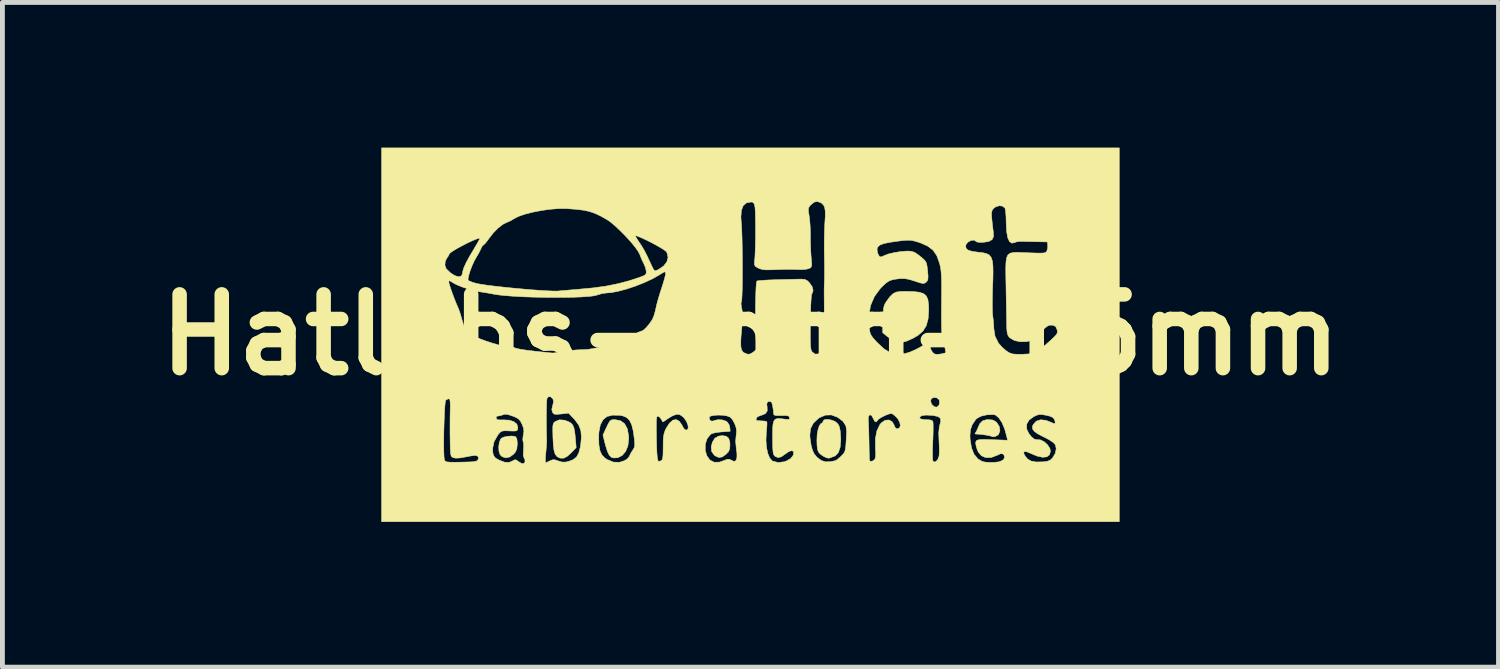
<source format=kicad_pcb>
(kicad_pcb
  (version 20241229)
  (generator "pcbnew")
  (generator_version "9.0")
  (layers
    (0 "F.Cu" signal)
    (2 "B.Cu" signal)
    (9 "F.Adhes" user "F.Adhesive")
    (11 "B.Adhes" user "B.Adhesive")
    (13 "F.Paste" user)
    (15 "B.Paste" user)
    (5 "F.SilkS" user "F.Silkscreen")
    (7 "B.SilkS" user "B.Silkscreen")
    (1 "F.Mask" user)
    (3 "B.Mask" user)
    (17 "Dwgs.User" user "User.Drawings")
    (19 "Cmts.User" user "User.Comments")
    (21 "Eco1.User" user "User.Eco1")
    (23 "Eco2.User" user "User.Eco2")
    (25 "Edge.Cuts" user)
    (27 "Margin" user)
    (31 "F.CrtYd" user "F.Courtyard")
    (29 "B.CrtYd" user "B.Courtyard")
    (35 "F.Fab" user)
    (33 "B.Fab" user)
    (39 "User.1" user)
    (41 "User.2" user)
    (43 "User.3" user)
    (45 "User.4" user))
  (footprint "Hatlabs-logo-15mm"
    (layer "F.Cu")
    (at 12.453 3.866)
    (property "Reference" "Hatlabs-logo-15mm" (at 0 0 0) (layer "F.SilkS") (effects (font (size 1.524 1.524) (thickness 0.3))))
    (attr through_hole)
    (fp_poly (pts (xy -0.499 2.096) (xy -0.449 2.139) (xy -0.426 2.218) (xy -0.423 2.279) (xy -0.429 2.36) (xy -0.455 2.417) (xy -0.504 2.468) (xy -0.583 2.524) (xy -0.652 2.535) (xy -0.724 2.504) (xy -0.746 2.487) (xy -0.801 2.414) (xy -0.811 2.317) (xy -0.786 2.22) (xy -0.735 2.136) (xy -0.657 2.093) (xy -0.581 2.084) (xy -0.499 2.096)) (stroke (width 0.01) (type solid)) (fill yes) (layer "F.SilkS"))
    (fp_poly (pts (xy -4.871 2.098) (xy -4.851 2.106) (xy -4.826 2.147) (xy -4.817 2.227) (xy -4.817 2.262) (xy -4.826 2.354) (xy -4.853 2.419) (xy -4.892 2.466) (xy -4.973 2.525) (xy -5.056 2.542) (xy -5.13 2.518) (xy -5.172 2.476) (xy -5.195 2.407) (xy -5.2 2.316) (xy -5.188 2.224) (xy -5.16 2.154) (xy -5.149 2.141) (xy -5.099 2.115) (xy -5.022 2.098) (xy -4.938 2.091) (xy -4.871 2.098)) (stroke (width 0.01) (type solid)) (fill yes) (layer "F.SilkS"))
    (fp_poly (pts (xy -2.687 1.774) (xy -2.601 1.836) (xy -2.544 1.94) (xy -2.517 2.084) (xy -2.515 2.152) (xy -2.531 2.294) (xy -2.578 2.41) (xy -2.65 2.494) (xy -2.741 2.54) (xy -2.826 2.545) (xy -2.876 2.528) (xy -2.917 2.487) (xy -2.953 2.414) (xy -2.989 2.301) (xy -3.006 2.236) (xy -3.047 2.071) (xy -2.973 1.912) (xy -2.932 1.828) (xy -2.901 1.78) (xy -2.869 1.759) (xy -2.825 1.753) (xy -2.801 1.753) (xy -2.687 1.774)) (stroke (width 0.01) (type solid)) (fill yes) (layer "F.SilkS"))
    (fp_poly (pts (xy 5.005 1.761) (xy 5.065 1.792) (xy 5.094 1.82) (xy 5.142 1.899) (xy 5.154 1.983) (xy 5.127 2.056) (xy 5.116 2.068) (xy 5.065 2.099) (xy 5.009 2.109) (xy 4.976 2.097) (xy 4.944 2.086) (xy 4.88 2.074) (xy 4.8 2.062) (xy 4.723 2.054) (xy 4.676 2.052) (xy 4.639 2.047) (xy 4.64 2.036) (xy 4.665 2.002) (xy 4.692 1.942) (xy 4.695 1.932) (xy 4.74 1.834) (xy 4.798 1.777) (xy 4.879 1.754) (xy 4.92 1.753) (xy 5.005 1.761)) (stroke (width 0.01) (type solid)) (fill yes) (layer "F.SilkS"))
    (fp_poly (pts (xy -3.846 1.764) (xy -3.773 1.789) (xy -3.713 1.82) (xy -3.672 1.863) (xy -3.645 1.927) (xy -3.628 2.022) (xy -3.617 2.128) (xy -3.6 2.331) (xy -3.699 2.434) (xy -3.785 2.512) (xy -3.857 2.549) (xy -3.925 2.549) (xy -3.954 2.54) (xy -4.001 2.511) (xy -4.035 2.463) (xy -4.058 2.387) (xy -4.072 2.277) (xy -4.08 2.124) (xy -4.08 2.117) (xy -4.083 1.992) (xy -4.083 1.908) (xy -4.077 1.855) (xy -4.065 1.823) (xy -4.045 1.801) (xy -4.033 1.792) (xy -3.947 1.757) (xy -3.846 1.764)) (stroke (width 0.01) (type solid)) (fill yes) (layer "F.SilkS"))
    (fp_poly (pts (xy 1.648 1.755) (xy 1.728 1.782) (xy 1.759 1.799) (xy 1.807 1.84) (xy 1.839 1.905) (xy 1.857 2.001) (xy 1.865 2.138) (xy 1.866 2.172) (xy 1.854 2.321) (xy 1.818 2.43) (xy 1.758 2.497) (xy 1.731 2.51) (xy 1.667 2.534) (xy 1.626 2.549) (xy 1.582 2.544) (xy 1.519 2.516) (xy 1.494 2.501) (xy 1.44 2.462) (xy 1.405 2.421) (xy 1.385 2.367) (xy 1.376 2.287) (xy 1.373 2.179) (xy 1.378 2.068) (xy 1.395 1.966) (xy 1.421 1.886) (xy 1.452 1.837) (xy 1.472 1.829) (xy 1.496 1.808) (xy 1.499 1.791) (xy 1.52 1.759) (xy 1.574 1.747) (xy 1.648 1.755)) (stroke (width 0.01) (type solid)) (fill yes) (layer "F.SilkS"))
    (fp_poly (pts (xy 3.364 -0.893) (xy 3.489 -0.879) (xy 3.577 -0.85) (xy 3.634 -0.801) (xy 3.666 -0.727) (xy 3.68 -0.622) (xy 3.683 -0.511) (xy 3.671 -0.332) (xy 3.634 -0.191) (xy 3.566 -0.079) (xy 3.462 0.012) (xy 3.356 0.074) (xy 3.227 0.131) (xy 3.127 0.159) (xy 3.045 0.158) (xy 2.981 0.137) (xy 2.91 0.095) (xy 2.833 0.04) (xy 2.817 0.027) (xy 2.731 -0.045) (xy 2.738 -0.321) (xy 2.742 -0.447) (xy 2.749 -0.534) (xy 2.761 -0.596) (xy 2.781 -0.644) (xy 2.809 -0.688) (xy 2.881 -0.786) (xy 2.944 -0.848) (xy 3.012 -0.882) (xy 3.1 -0.895) (xy 3.194 -0.897) (xy 3.364 -0.893)) (stroke (width 0.01) (type solid)) (fill yes) (layer "F.SilkS"))
    (fp_poly (pts (xy 7.62 3.861) (xy -7.62 3.861) (xy -7.62 2.308) (xy -6.336 2.308) (xy -6.334 2.429) (xy -6.33 2.522) (xy -6.323 2.576) (xy -6.322 2.581) (xy -6.311 2.604) (xy -6.293 2.619) (xy -6.257 2.628) (xy -6.196 2.632) (xy -6.101 2.633) (xy -5.979 2.631) (xy -5.842 2.628) (xy -5.747 2.624) (xy -5.685 2.616) (xy -5.649 2.603) (xy -5.63 2.585) (xy -5.629 2.584) (xy -5.616 2.537) (xy -5.633 2.51) (xy -5.66 2.496) (xy -5.707 2.494) (xy -5.786 2.505) (xy -5.868 2.521) (xy -5.998 2.544) (xy -6.088 2.549) (xy -6.134 2.54) (xy -6.16 2.528) (xy -6.178 2.511) (xy -6.19 2.479) (xy -6.197 2.423) (xy -6.2 2.351) (xy -5.327 2.351) (xy -5.322 2.437) (xy -5.303 2.502) (xy -5.267 2.546) (xy -5.196 2.587) (xy -5.196 2.587) (xy -5.08 2.632) (xy -4.987 2.637) (xy -4.91 2.604) (xy -4.867 2.581) (xy -4.831 2.59) (xy -4.797 2.616) (xy -4.727 2.659) (xy -4.679 2.658) (xy -4.657 2.629) (xy -4.658 2.606) (xy -4.237 2.606) (xy -4.233 2.64) (xy -4.231 2.642) (xy -4.198 2.631) (xy -4.144 2.605) (xy -4.142 2.604) (xy -4.089 2.583) (xy -4.04 2.583) (xy -3.971 2.606) (xy -3.97 2.607) (xy -3.889 2.63) (xy -3.816 2.629) (xy -3.761 2.617) (xy -3.662 2.58) (xy -3.594 2.527) (xy -3.548 2.446) (xy -3.516 2.328) (xy -3.508 2.282) (xy -3.492 2.12) (xy -3.135 2.12) (xy -3.13 2.276) (xy -3.109 2.393) (xy -3.07 2.48) (xy -3.008 2.545) (xy -2.964 2.575) (xy -2.833 2.63) (xy -2.705 2.634) (xy -2.602 2.601) (xy -2.54 2.56) (xy -2.502 2.512) (xy -2.499 2.506) (xy -2.472 2.447) (xy -2.431 2.383) (xy -2.403 2.337) (xy -2.391 2.286) (xy -2.393 2.212) (xy -2.398 2.154) (xy -2.422 1.983) (xy -2.437 1.923) (xy -1.944 1.923) (xy -1.942 2.073) (xy -1.942 2.12) (xy -1.938 2.296) (xy -1.933 2.428) (xy -1.926 2.52) (xy -1.917 2.578) (xy -1.906 2.608) (xy -1.893 2.616) (xy -1.864 2.608) (xy -1.844 2.601) (xy -1.825 2.585) (xy -1.813 2.55) (xy -1.806 2.485) (xy -1.804 2.388) (xy -0.934 2.388) (xy -0.9 2.501) (xy -0.836 2.589) (xy -0.748 2.633) (xy -0.64 2.631) (xy -0.546 2.598) (xy -0.478 2.572) (xy -0.431 2.573) (xy -0.405 2.585) (xy -0.355 2.61) (xy -0.33 2.616) (xy -0.296 2.594) (xy -0.279 2.533) (xy -0.279 2.447) (xy -0.29 2.375) (xy -0.306 2.201) (xy -0.297 2.097) (xy -0.287 2.002) (xy -0.293 1.931) (xy -0.316 1.86) (xy -0.333 1.823) (xy -0.367 1.76) (xy 0.118 1.76) (xy 0.142 1.774) (xy 0.204 1.778) (xy 0.217 1.778) (xy 0.287 1.782) (xy 0.332 1.792) (xy 0.339 1.797) (xy 0.342 1.83) (xy 0.339 1.9) (xy 0.331 1.993) (xy 0.328 2.021) (xy 0.321 2.176) (xy 0.331 2.321) (xy 0.357 2.447) (xy 0.397 2.545) (xy 0.449 2.604) (xy 0.457 2.609) (xy 0.572 2.639) (xy 0.7 2.623) (xy 0.744 2.607) (xy 0.834 2.555) (xy 0.883 2.489) (xy 0.893 2.452) (xy 0.886 2.407) (xy 0.849 2.394) (xy 0.79 2.414) (xy 0.722 2.462) (xy 0.636 2.522) (xy 0.565 2.537) (xy 0.504 2.507) (xy 0.497 2.5) (xy 0.48 2.474) (xy 0.469 2.429) (xy 0.462 2.358) (xy 0.458 2.252) (xy 0.457 2.12) (xy 0.458 2.072) (xy 1.227 2.072) (xy 1.231 2.13) (xy 1.252 2.274) (xy 1.279 2.379) (xy 1.316 2.458) (xy 1.367 2.522) (xy 1.377 2.532) (xy 1.462 2.596) (xy 1.552 2.625) (xy 1.661 2.621) (xy 1.754 2.601) (xy 1.795 2.577) (xy 1.852 2.529) (xy 1.879 2.502) (xy 1.911 2.469) (xy 1.935 2.439) (xy 1.951 2.404) (xy 1.963 2.356) (xy 1.971 2.286) (xy 1.978 2.184) (xy 1.985 2.043) (xy 1.988 1.994) (xy 1.972 1.881) (xy 1.91 1.786) (xy 1.865 1.752) (xy 2.434 1.752) (xy 2.434 1.753) (xy 2.438 1.81) (xy 2.442 1.906) (xy 2.446 2.029) (xy 2.449 2.167) (xy 2.45 2.21) (xy 2.452 2.342) (xy 2.455 2.456) (xy 2.457 2.542) (xy 2.459 2.59) (xy 2.46 2.597) (xy 2.483 2.616) (xy 2.526 2.607) (xy 2.566 2.578) (xy 2.583 2.536) (xy 2.588 2.463) (xy 2.582 2.348) (xy 2.582 2.341) (xy 2.581 2.149) (xy 2.612 1.986) (xy 2.673 1.858) (xy 2.704 1.82) (xy 2.779 1.767) (xy 2.856 1.759) (xy 2.923 1.791) (xy 2.968 1.862) (xy 2.976 1.892) (xy 3.005 1.935) (xy 3.036 1.943) (xy 3.08 1.924) (xy 3.097 1.876) (xy 3.085 1.81) (xy 3.047 1.738) (xy 3.022 1.708) (xy 3.021 1.707) (xy 3.493 1.707) (xy 3.502 1.732) (xy 3.555 1.748) (xy 3.631 1.753) (xy 3.716 1.759) (xy 3.76 1.778) (xy 3.769 1.793) (xy 3.774 1.832) (xy 3.775 1.911) (xy 3.774 2.02) (xy 3.77 2.149) (xy 3.768 2.196) (xy 3.763 2.33) (xy 3.761 2.448) (xy 3.762 2.539) (xy 3.766 2.593) (xy 3.768 2.602) (xy 3.795 2.629) (xy 3.833 2.618) (xy 3.87 2.577) (xy 3.895 2.513) (xy 3.896 2.511) (xy 3.901 2.449) (xy 3.902 2.353) (xy 3.898 2.241) (xy 3.896 2.197) (xy 3.892 2.087) (xy 4.535 2.087) (xy 4.539 2.162) (xy 4.567 2.337) (xy 4.621 2.471) (xy 4.702 2.566) (xy 4.788 2.617) (xy 4.851 2.631) (xy 4.943 2.637) (xy 5.043 2.635) (xy 5.13 2.625) (xy 5.154 2.619) (xy 5.22 2.586) (xy 5.251 2.538) (xy 5.24 2.488) (xy 5.231 2.477) (xy 5.202 2.455) (xy 5.166 2.457) (xy 5.108 2.484) (xy 5.098 2.489) (xy 4.974 2.536) (xy 4.862 2.538) (xy 4.77 2.498) (xy 4.724 2.442) (xy 5.645 2.442) (xy 5.661 2.483) (xy 5.718 2.56) (xy 5.796 2.608) (xy 5.903 2.628) (xy 6.045 2.625) (xy 6.137 2.612) (xy 6.197 2.587) (xy 6.241 2.545) (xy 6.299 2.447) (xy 6.317 2.348) (xy 6.297 2.269) (xy 6.253 2.223) (xy 6.168 2.167) (xy 6.055 2.108) (xy 5.936 2.047) (xy 5.862 1.993) (xy 5.827 1.943) (xy 5.827 1.89) (xy 5.841 1.856) (xy 5.904 1.786) (xy 5.994 1.756) (xy 6.103 1.767) (xy 6.199 1.804) (xy 6.265 1.833) (xy 6.295 1.828) (xy 6.292 1.786) (xy 6.276 1.742) (xy 6.244 1.706) (xy 6.173 1.678) (xy 6.11 1.663) (xy 6.022 1.648) (xy 5.961 1.648) (xy 5.906 1.665) (xy 5.858 1.688) (xy 5.758 1.76) (xy 5.708 1.843) (xy 5.706 1.938) (xy 5.714 1.963) (xy 5.754 2.044) (xy 5.809 2.113) (xy 5.868 2.157) (xy 5.917 2.167) (xy 5.99 2.171) (xy 6.069 2.21) (xy 6.138 2.273) (xy 6.186 2.348) (xy 6.198 2.404) (xy 6.178 2.479) (xy 6.124 2.521) (xy 6.038 2.531) (xy 5.925 2.507) (xy 5.79 2.451) (xy 5.706 2.416) (xy 5.657 2.413) (xy 5.645 2.442) (xy 4.724 2.442) (xy 4.703 2.417) (xy 4.679 2.354) (xy 4.658 2.276) (xy 4.653 2.222) (xy 4.668 2.187) (xy 4.712 2.169) (xy 4.789 2.162) (xy 4.908 2.164) (xy 4.993 2.167) (xy 5.312 2.179) (xy 5.294 2.099) (xy 5.251 1.943) (xy 5.196 1.813) (xy 5.132 1.717) (xy 5.065 1.66) (xy 5.022 1.648) (xy 4.882 1.654) (xy 4.763 1.682) (xy 4.675 1.73) (xy 4.654 1.751) (xy 4.583 1.855) (xy 4.545 1.961) (xy 4.535 2.087) (xy 3.892 2.087) (xy 3.89 2.029) (xy 3.901 1.909) (xy 3.91 1.872) (xy 3.932 1.784) (xy 3.923 1.726) (xy 3.878 1.691) (xy 3.79 1.67) (xy 3.747 1.665) (xy 3.629 1.659) (xy 3.548 1.669) (xy 3.532 1.676) (xy 3.493 1.707) (xy 3.021 1.707) (xy 2.967 1.658) (xy 2.922 1.629) (xy 2.91 1.626) (xy 2.858 1.637) (xy 2.786 1.665) (xy 2.712 1.702) (xy 2.652 1.739) (xy 2.625 1.767) (xy 2.598 1.801) (xy 2.567 1.787) (xy 2.537 1.728) (xy 2.536 1.726) (xy 2.502 1.666) (xy 2.466 1.653) (xy 2.44 1.682) (xy 2.434 1.752) (xy 1.865 1.752) (xy 1.8 1.704) (xy 1.672 1.656) (xy 1.547 1.66) (xy 1.425 1.713) (xy 1.405 1.727) (xy 1.3 1.826) (xy 1.242 1.938) (xy 1.227 2.072) (xy 0.458 2.072) (xy 0.458 1.967) (xy 0.465 1.859) (xy 0.481 1.788) (xy 0.51 1.747) (xy 0.557 1.731) (xy 0.625 1.733) (xy 0.69 1.741) (xy 0.765 1.749) (xy 0.801 1.746) (xy 0.81 1.728) (xy 0.808 1.711) (xy 0.796 1.685) (xy 0.765 1.672) (xy 0.704 1.668) (xy 0.64 1.67) (xy 0.544 1.67) (xy 0.493 1.659) (xy 0.481 1.644) (xy 0.471 1.545) (xy 0.457 1.459) (xy 0.44 1.401) (xy 0.432 1.387) (xy 0.392 1.376) (xy 0.369 1.381) (xy 0.342 1.404) (xy 0.339 1.454) (xy 0.345 1.486) (xy 0.347 1.573) (xy 0.31 1.629) (xy 0.232 1.662) (xy 0.216 1.665) (xy 0.146 1.693) (xy 0.119 1.73) (xy 0.118 1.76) (xy -0.367 1.76) (xy -0.375 1.746) (xy -0.419 1.702) (xy -0.48 1.678) (xy -0.481 1.677) (xy -0.565 1.663) (xy -0.658 1.659) (xy -0.745 1.664) (xy -0.814 1.677) (xy -0.85 1.697) (xy -0.852 1.704) (xy -0.839 1.762) (xy -0.799 1.786) (xy -0.761 1.777) (xy -0.679 1.755) (xy -0.585 1.758) (xy -0.503 1.785) (xy -0.485 1.797) (xy -0.442 1.855) (xy -0.425 1.918) (xy -0.419 1.994) (xy -0.599 2.007) (xy -0.699 2.018) (xy -0.779 2.036) (xy -0.823 2.056) (xy -0.895 2.146) (xy -0.933 2.262) (xy -0.934 2.388) (xy -1.804 2.388) (xy -1.804 2.383) (xy -1.803 2.321) (xy -1.802 2.194) (xy -1.796 2.104) (xy -1.783 2.036) (xy -1.761 1.974) (xy -1.74 1.93) (xy -1.672 1.825) (xy -1.602 1.764) (xy -1.534 1.751) (xy -1.47 1.786) (xy -1.423 1.852) (xy -1.381 1.929) (xy -1.348 1.964) (xy -1.317 1.967) (xy -1.301 1.959) (xy -1.284 1.922) (xy -1.293 1.86) (xy -1.323 1.788) (xy -1.369 1.721) (xy -1.398 1.692) (xy -1.457 1.651) (xy -1.508 1.642) (xy -1.552 1.652) (xy -1.624 1.682) (xy -1.703 1.73) (xy -1.719 1.741) (xy -1.773 1.78) (xy -1.807 1.799) (xy -1.811 1.8) (xy -1.854 1.727) (xy -1.888 1.691) (xy -1.911 1.681) (xy -1.925 1.684) (xy -1.935 1.703) (xy -1.941 1.745) (xy -1.944 1.816) (xy -1.944 1.923) (xy -2.437 1.923) (xy -2.454 1.856) (xy -2.498 1.767) (xy -2.558 1.708) (xy -2.638 1.675) (xy -2.699 1.664) (xy -2.848 1.66) (xy -2.963 1.689) (xy -3.046 1.756) (xy -3.101 1.861) (xy -3.13 2.008) (xy -3.135 2.12) (xy -3.492 2.12) (xy -3.492 2.115) (xy -3.504 1.978) (xy -3.549 1.862) (xy -3.63 1.752) (xy -3.648 1.733) (xy -3.757 1.619) (xy -3.909 1.636) (xy -3.995 1.644) (xy -4.045 1.641) (xy -4.073 1.625) (xy -4.089 1.6) (xy -4.104 1.544) (xy -4.089 1.471) (xy -4.085 1.459) (xy -4.067 1.382) (xy -4.071 1.361) (xy 3.721 1.361) (xy 3.739 1.426) (xy 3.748 1.44) (xy 3.799 1.488) (xy 3.852 1.494) (xy 3.893 1.459) (xy 3.907 1.412) (xy 3.899 1.342) (xy 3.852 1.304) (xy 3.794 1.296) (xy 3.741 1.314) (xy 3.721 1.361) (xy -4.071 1.361) (xy -4.079 1.329) (xy -4.08 1.326) (xy -4.125 1.283) (xy -4.171 1.279) (xy -4.202 1.313) (xy -4.207 1.351) (xy -4.211 1.43) (xy -4.214 1.54) (xy -4.215 1.673) (xy -4.216 1.818) (xy -4.214 1.965) (xy -4.212 2.106) (xy -4.209 2.197) (xy -4.211 2.246) (xy -4.217 2.329) (xy -4.226 2.429) (xy -4.228 2.445) (xy -4.235 2.537) (xy -4.237 2.606) (xy -4.658 2.606) (xy -4.659 2.578) (xy -4.674 2.553) (xy -4.693 2.494) (xy -4.69 2.391) (xy -4.689 2.381) (xy -4.684 2.299) (xy -4.688 2.236) (xy -4.695 2.215) (xy -4.703 2.17) (xy -4.697 2.098) (xy -4.692 2.073) (xy -4.68 1.993) (xy -4.69 1.923) (xy -4.718 1.849) (xy -4.754 1.78) (xy -4.794 1.736) (xy -4.857 1.701) (xy -4.914 1.679) (xy -5.009 1.648) (xy -5.072 1.641) (xy -5.105 1.651) (xy -5.172 1.673) (xy -5.207 1.676) (xy -5.249 1.689) (xy -5.253 1.721) (xy -5.239 1.747) (xy -5.204 1.758) (xy -5.134 1.759) (xy -5.105 1.758) (xy -4.983 1.764) (xy -4.887 1.795) (xy -4.825 1.847) (xy -4.805 1.915) (xy -4.805 1.925) (xy -4.812 1.962) (xy -4.828 1.982) (xy -4.867 1.989) (xy -4.94 1.988) (xy -4.981 1.986) (xy -5.071 1.983) (xy -5.127 1.989) (xy -5.165 2.008) (xy -5.201 2.048) (xy -5.218 2.07) (xy -5.296 2.208) (xy -5.327 2.351) (xy -6.2 2.351) (xy -6.201 2.336) (xy -6.204 2.207) (xy -6.204 2.191) (xy -6.206 2.033) (xy -6.206 1.86) (xy -6.205 1.696) (xy -6.203 1.594) (xy -6.201 1.47) (xy -6.203 1.389) (xy -6.21 1.342) (xy -6.222 1.323) (xy -6.232 1.321) (xy -6.278 1.339) (xy -6.296 1.355) (xy -6.304 1.389) (xy -6.312 1.466) (xy -6.319 1.575) (xy -6.325 1.709) (xy -6.33 1.858) (xy -6.334 2.014) (xy -6.336 2.166) (xy -6.336 2.308) (xy -7.62 2.308) (xy -7.62 -1.1) (xy -6.232 -1.1) (xy -6.224 -1.053) (xy -6.198 -0.97) (xy -6.155 -0.846) (xy -6.147 -0.826) (xy -6.109 -0.724) (xy -6.069 -0.625) (xy -6.045 -0.572) (xy -6.009 -0.481) (xy -5.977 -0.377) (xy -5.97 -0.347) (xy -5.924 -0.197) (xy -5.866 -0.095) (xy -5.81 -0.048) (xy -5.744 -0.007) (xy -5.702 0.026) (xy -5.652 0.055) (xy -5.564 0.093) (xy -5.453 0.133) (xy -5.33 0.173) (xy -5.209 0.208) (xy -5.102 0.235) (xy -5.022 0.248) (xy -4.999 0.249) (xy -4.928 0.253) (xy -4.877 0.267) (xy -4.874 0.268) (xy -4.824 0.285) (xy -4.726 0.304) (xy -4.584 0.324) (xy -4.402 0.345) (xy -4.318 0.354) (xy -4.222 0.363) (xy -4.143 0.372) (xy -4.098 0.376) (xy -4.096 0.377) (xy -4.058 0.375) (xy -3.983 0.365) (xy -3.885 0.35) (xy -3.842 0.343) (xy -3.72 0.325) (xy -3.597 0.313) (xy -3.497 0.309) (xy -3.48 0.309) (xy -3.359 0.302) (xy -3.205 0.276) (xy -3.033 0.234) (xy -2.855 0.182) (xy -2.785 0.157) (xy -0.2 0.157) (xy -0.197 0.249) (xy -0.183 0.312) (xy -0.157 0.352) (xy -0.127 0.374) (xy -0.06 0.401) (xy -0.01 0.398) (xy 0.051 0.364) (xy 0.051 0.363) (xy 0.111 0.317) (xy 0.135 0.273) (xy 0.132 0.21) (xy 0.126 0.182) (xy 0.118 0.118) (xy 0.112 0.018) (xy 0.107 -0.109) (xy 0.105 -0.255) (xy 0.104 -0.412) (xy 0.104 -0.571) (xy 0.107 -0.723) (xy 0.111 -0.862) (xy 0.116 -0.977) (xy 0.123 -1.061) (xy 0.131 -1.105) (xy 0.134 -1.11) (xy 0.169 -1.117) (xy 0.245 -1.124) (xy 0.353 -1.131) (xy 0.484 -1.136) (xy 0.559 -1.138) (xy 0.704 -1.142) (xy 0.838 -1.145) (xy 0.951 -1.148) (xy 1.03 -1.15) (xy 1.051 -1.15) (xy 1.125 -1.144) (xy 1.182 -1.112) (xy 1.222 -1.071) (xy 1.277 -0.99) (xy 1.295 -0.913) (xy 1.274 -0.853) (xy 1.27 -0.848) (xy 1.261 -0.815) (xy 1.254 -0.737) (xy 1.247 -0.619) (xy 1.242 -0.467) (xy 1.239 -0.288) (xy 1.238 -0.259) (xy 1.237 -0.074) (xy 1.237 0.068) (xy 1.239 0.172) (xy 1.243 0.246) (xy 1.25 0.296) (xy 1.26 0.329) (xy 1.274 0.352) (xy 1.276 0.355) (xy 1.339 0.4) (xy 1.406 0.394) (xy 1.472 0.345) (xy 1.486 0.33) (xy 1.497 0.315) (xy 1.507 0.297) (xy 1.514 0.269) (xy 1.52 0.228) (xy 1.524 0.17) (xy 1.526 0.088) (xy 1.527 -0.021) (xy 1.527 -0.162) (xy 1.526 -0.339) (xy 1.526 -0.394) (xy 2.446 -0.394) (xy 2.45 -0.191) (xy 2.46 -0.1) (xy 2.473 -0.036) (xy 2.497 0.017) (xy 2.54 0.074) (xy 2.609 0.149) (xy 2.625 0.166) (xy 2.761 0.292) (xy 2.892 0.371) (xy 3.027 0.404) (xy 3.171 0.394) (xy 3.29 0.36) (xy 3.388 0.318) (xy 3.495 0.263) (xy 3.542 0.235) (xy 3.625 0.187) (xy 3.676 0.171) (xy 3.702 0.188) (xy 3.709 0.236) (xy 3.709 0.236) (xy 3.725 0.297) (xy 3.756 0.353) (xy 3.794 0.392) (xy 3.84 0.405) (xy 3.91 0.4) (xy 3.98 0.388) (xy 4.025 0.375) (xy 4.032 0.371) (xy 4.032 0.341) (xy 4.02 0.276) (xy 3.998 0.189) (xy 3.994 0.172) (xy 3.978 0.11) (xy 3.965 0.05) (xy 3.956 -0.016) (xy 3.95 -0.096) (xy 3.947 -0.198) (xy 3.946 -0.33) (xy 3.946 -0.498) (xy 3.947 -0.66) (xy 3.949 -0.865) (xy 3.949 -1.026) (xy 3.947 -1.152) (xy 3.943 -1.25) (xy 3.936 -1.328) (xy 3.926 -1.393) (xy 3.913 -1.453) (xy 3.904 -1.485) (xy 3.85 -1.634) (xy 3.774 -1.745) (xy 3.669 -1.828) (xy 4.445 -1.828) (xy 4.458 -1.78) (xy 4.502 -1.746) (xy 4.584 -1.722) (xy 4.71 -1.705) (xy 4.711 -1.705) (xy 4.805 -1.694) (xy 4.878 -1.677) (xy 4.933 -1.648) (xy 4.971 -1.602) (xy 4.996 -1.533) (xy 5.009 -1.434) (xy 5.012 -1.301) (xy 5.009 -1.126) (xy 5.003 -0.973) (xy 4.999 -0.815) (xy 4.997 -0.666) (xy 4.998 -0.537) (xy 5.001 -0.439) (xy 5.006 -0.389) (xy 5.019 -0.286) (xy 5.027 -0.171) (xy 5.028 -0.132) (xy 5.053 0.03) (xy 5.124 0.172) (xy 5.198 0.256) (xy 5.279 0.327) (xy 5.345 0.371) (xy 5.412 0.395) (xy 5.496 0.403) (xy 5.613 0.402) (xy 5.626 0.402) (xy 5.743 0.396) (xy 5.824 0.385) (xy 5.884 0.366) (xy 5.936 0.337) (xy 5.946 0.33) (xy 6.009 0.282) (xy 6.092 0.212) (xy 6.18 0.134) (xy 6.197 0.119) (xy 6.274 0.046) (xy 6.32 -0.003) (xy 6.34 -0.04) (xy 6.341 -0.075) (xy 6.333 -0.11) (xy 6.307 -0.168) (xy 6.261 -0.194) (xy 6.228 -0.199) (xy 6.184 -0.198) (xy 6.142 -0.183) (xy 6.093 -0.147) (xy 6.025 -0.082) (xy 5.987 -0.042) (xy 5.905 0.039) (xy 5.844 0.091) (xy 5.79 0.12) (xy 5.73 0.136) (xy 5.705 0.141) (xy 5.571 0.144) (xy 5.451 0.117) (xy 5.358 0.062) (xy 5.344 0.048) (xy 5.319 0.009) (xy 5.303 -0.048) (xy 5.295 -0.134) (xy 5.293 -0.212) (xy 5.292 -0.299) (xy 5.29 -0.427) (xy 5.287 -0.583) (xy 5.284 -0.758) (xy 5.281 -0.94) (xy 5.28 -1.007) (xy 5.276 -1.215) (xy 5.275 -1.378) (xy 5.279 -1.5) (xy 5.292 -1.589) (xy 5.318 -1.648) (xy 5.361 -1.683) (xy 5.424 -1.699) (xy 5.51 -1.703) (xy 5.624 -1.699) (xy 5.734 -1.694) (xy 5.877 -1.689) (xy 5.977 -1.687) (xy 6.043 -1.689) (xy 6.084 -1.695) (xy 6.107 -1.708) (xy 6.121 -1.726) (xy 6.123 -1.73) (xy 6.141 -1.794) (xy 6.142 -1.849) (xy 6.134 -1.918) (xy 5.88 -1.923) (xy 5.765 -1.926) (xy 5.664 -1.928) (xy 5.591 -1.929) (xy 5.567 -1.93) (xy 5.502 -1.921) (xy 5.468 -1.908) (xy 5.403 -1.892) (xy 5.352 -1.925) (xy 5.315 -2.006) (xy 5.292 -2.136) (xy 5.283 -2.315) (xy 5.283 -2.335) (xy 5.28 -2.444) (xy 5.273 -2.538) (xy 5.262 -2.603) (xy 5.257 -2.618) (xy 5.21 -2.657) (xy 5.142 -2.666) (xy 5.068 -2.644) (xy 5.026 -2.613) (xy 4.997 -2.578) (xy 4.983 -2.537) (xy 4.981 -2.474) (xy 4.987 -2.391) (xy 4.998 -2.284) (xy 5.01 -2.182) (xy 5.018 -2.121) (xy 5.021 -2.027) (xy 4.991 -1.965) (xy 4.924 -1.928) (xy 4.82 -1.911) (xy 4.728 -1.909) (xy 4.673 -1.919) (xy 4.663 -1.928) (xy 4.621 -1.955) (xy 4.563 -1.95) (xy 4.503 -1.921) (xy 4.459 -1.875) (xy 4.445 -1.828) (xy 3.669 -1.828) (xy 3.667 -1.829) (xy 3.521 -1.895) (xy 3.486 -1.907) (xy 3.4 -1.933) (xy 3.332 -1.949) (xy 3.266 -1.954) (xy 3.187 -1.95) (xy 3.077 -1.938) (xy 3.042 -1.933) (xy 2.88 -1.91) (xy 2.763 -1.886) (xy 2.684 -1.858) (xy 2.638 -1.824) (xy 2.618 -1.781) (xy 2.616 -1.759) (xy 2.628 -1.688) (xy 2.65 -1.64) (xy 2.675 -1.612) (xy 2.704 -1.609) (xy 2.754 -1.631) (xy 2.769 -1.638) (xy 2.85 -1.669) (xy 2.964 -1.696) (xy 3.09 -1.717) (xy 3.212 -1.728) (xy 3.275 -1.729) (xy 3.337 -1.722) (xy 3.394 -1.701) (xy 3.461 -1.657) (xy 3.549 -1.586) (xy 3.555 -1.581) (xy 3.601 -1.538) (xy 3.629 -1.495) (xy 3.646 -1.436) (xy 3.658 -1.346) (xy 3.661 -1.318) (xy 3.669 -1.219) (xy 3.668 -1.158) (xy 3.657 -1.119) (xy 3.634 -1.092) (xy 3.63 -1.088) (xy 3.601 -1.067) (xy 3.57 -1.06) (xy 3.523 -1.068) (xy 3.447 -1.091) (xy 3.397 -1.108) (xy 3.28 -1.144) (xy 3.186 -1.16) (xy 3.091 -1.16) (xy 3.066 -1.158) (xy 2.959 -1.143) (xy 2.878 -1.119) (xy 2.807 -1.075) (xy 2.729 -1.003) (xy 2.686 -0.959) (xy 2.562 -0.792) (xy 2.482 -0.605) (xy 2.446 -0.394) (xy 1.526 -0.394) (xy 1.525 -0.558) (xy 1.523 -0.822) (xy 1.523 -0.851) (xy 1.523 -0.956) (xy 1.527 -1.073) (xy 1.529 -1.118) (xy 1.53 -1.193) (xy 1.531 -1.307) (xy 1.53 -1.444) (xy 1.528 -1.593) (xy 1.527 -1.651) (xy 1.525 -1.814) (xy 1.526 -1.985) (xy 1.53 -2.146) (xy 1.535 -2.278) (xy 1.537 -2.302) (xy 1.546 -2.451) (xy 1.545 -2.558) (xy 1.533 -2.633) (xy 1.508 -2.683) (xy 1.469 -2.719) (xy 1.447 -2.731) (xy 1.377 -2.754) (xy 1.315 -2.739) (xy 1.247 -2.683) (xy 1.233 -2.669) (xy 1.207 -2.634) (xy 1.197 -2.595) (xy 1.2 -2.536) (xy 1.213 -2.457) (xy 1.225 -2.361) (xy 1.234 -2.234) (xy 1.239 -2.098) (xy 1.239 -2.032) (xy 1.24 -1.895) (xy 1.245 -1.753) (xy 1.252 -1.629) (xy 1.256 -1.583) (xy 1.265 -1.488) (xy 1.265 -1.431) (xy 1.254 -1.398) (xy 1.23 -1.378) (xy 1.218 -1.371) (xy 1.162 -1.356) (xy 1.078 -1.347) (xy 1.013 -1.347) (xy 0.869 -1.351) (xy 0.721 -1.351) (xy 0.552 -1.347) (xy 0.432 -1.342) (xy 0.314 -1.341) (xy 0.231 -1.352) (xy 0.165 -1.376) (xy 0.156 -1.38) (xy 0.103 -1.413) (xy 0.082 -1.448) (xy 0.083 -1.505) (xy 0.086 -1.532) (xy 0.093 -1.604) (xy 0.098 -1.714) (xy 0.102 -1.85) (xy 0.105 -2.002) (xy 0.106 -2.159) (xy 0.105 -2.311) (xy 0.103 -2.448) (xy 0.1 -2.559) (xy 0.094 -2.633) (xy 0.092 -2.648) (xy 0.074 -2.712) (xy 0.046 -2.739) (xy 0.01 -2.743) (xy -0.084 -2.724) (xy -0.15 -2.666) (xy -0.187 -2.568) (xy -0.197 -2.429) (xy -0.19 -2.327) (xy -0.183 -2.242) (xy -0.178 -2.122) (xy -0.173 -1.976) (xy -0.17 -1.81) (xy -0.168 -1.633) (xy -0.166 -1.452) (xy -0.166 -1.274) (xy -0.167 -1.108) (xy -0.169 -0.959) (xy -0.173 -0.836) (xy -0.177 -0.747) (xy -0.183 -0.698) (xy -0.185 -0.692) (xy -0.195 -0.643) (xy -0.183 -0.556) (xy -0.179 -0.542) (xy -0.166 -0.467) (xy -0.162 -0.376) (xy -0.168 -0.258) (xy -0.178 -0.142) (xy -0.194 0.029) (xy -0.2 0.157) (xy -2.785 0.157) (xy -2.685 0.122) (xy -2.536 0.058) (xy -2.493 0.036) (xy -2.397 -0.013) (xy -2.316 -0.051) (xy -2.262 -0.073) (xy -2.248 -0.076) (xy -2.21 -0.096) (xy -2.156 -0.146) (xy -2.097 -0.214) (xy -2.043 -0.289) (xy -2.019 -0.331) (xy -1.991 -0.401) (xy -1.965 -0.494) (xy -1.953 -0.548) (xy -1.934 -0.633) (xy -1.902 -0.748) (xy -1.864 -0.874) (xy -1.84 -0.947) (xy -1.804 -1.06) (xy -1.775 -1.159) (xy -1.757 -1.233) (xy -1.753 -1.263) (xy -1.755 -1.292) (xy -1.769 -1.3) (xy -1.803 -1.286) (xy -1.867 -1.247) (xy -1.894 -1.23) (xy -2.032 -1.152) (xy -2.198 -1.076) (xy -2.378 -1.005) (xy -2.561 -0.944) (xy -2.734 -0.898) (xy -2.884 -0.87) (xy -2.971 -0.864) (xy -3.06 -0.853) (xy -3.153 -0.826) (xy -3.166 -0.821) (xy -3.231 -0.805) (xy -3.339 -0.792) (xy -3.484 -0.782) (xy -3.658 -0.775) (xy -3.853 -0.772) (xy -4.062 -0.771) (xy -4.278 -0.773) (xy -4.494 -0.778) (xy -4.702 -0.785) (xy -4.895 -0.796) (xy -5.066 -0.809) (xy -5.207 -0.824) (xy -5.3 -0.839) (xy -5.395 -0.857) (xy -5.51 -0.876) (xy -5.588 -0.887) (xy -5.702 -0.91) (xy -5.833 -0.946) (xy -5.963 -0.99) (xy -6.076 -1.037) (xy -6.156 -1.081) (xy -6.198 -1.108) (xy -6.224 -1.117) (xy -6.232 -1.1) (xy -7.62 -1.1) (xy -7.62 -1.157) (xy -5.834 -1.157) (xy -5.832 -1.129) (xy -5.803 -1.108) (xy -5.738 -1.083) (xy -5.65 -1.058) (xy -5.645 -1.057) (xy -5.555 -1.041) (xy -5.428 -1.022) (xy -5.271 -1.003) (xy -5.093 -0.983) (xy -4.903 -0.964) (xy -4.709 -0.946) (xy -4.52 -0.93) (xy -4.345 -0.917) (xy -4.191 -0.908) (xy -4.067 -0.903) (xy -3.982 -0.903) (xy -3.962 -0.905) (xy -3.902 -0.911) (xy -3.805 -0.919) (xy -3.685 -0.929) (xy -3.556 -0.94) (xy -3.249 -0.969) (xy -2.979 -1.006) (xy -2.733 -1.056) (xy -2.495 -1.119) (xy -2.286 -1.188) (xy -2.208 -1.218) (xy -2.167 -1.244) (xy -2.152 -1.274) (xy -2.153 -1.316) (xy -2.17 -1.392) (xy -2.204 -1.472) (xy -2.207 -1.478) (xy -2.249 -1.563) (xy -2.284 -1.654) (xy -2.285 -1.657) (xy -2.32 -1.724) (xy -2.385 -1.815) (xy -2.473 -1.922) (xy -2.576 -2.035) (xy -2.586 -2.045) (xy -2.373 -2.045) (xy -2.371 -2.029) (xy -2.348 -1.987) (xy -2.3 -1.914) (xy -2.258 -1.852) (xy -2.2 -1.756) (xy -2.138 -1.637) (xy -2.084 -1.521) (xy -2.081 -1.516) (xy -2.041 -1.427) (xy -2.006 -1.359) (xy -1.981 -1.323) (xy -1.976 -1.321) (xy -1.937 -1.331) (xy -1.897 -1.349) (xy -1.792 -1.422) (xy -1.726 -1.508) (xy -1.702 -1.6) (xy -1.723 -1.691) (xy -1.738 -1.717) (xy -1.774 -1.747) (xy -1.845 -1.793) (xy -1.941 -1.848) (xy -2.049 -1.906) (xy -2.159 -1.961) (xy -2.26 -2.007) (xy -2.319 -2.031) (xy -2.355 -2.044) (xy -2.373 -2.045) (xy -2.586 -2.045) (xy -2.686 -2.146) (xy -2.794 -2.248) (xy -2.892 -2.33) (xy -2.959 -2.376) (xy -3.089 -2.45) (xy -3.204 -2.505) (xy -3.319 -2.545) (xy -3.444 -2.573) (xy -3.594 -2.591) (xy -3.78 -2.605) (xy -3.81 -2.607) (xy -3.962 -2.607) (xy -4.134 -2.593) (xy -4.313 -2.568) (xy -4.489 -2.534) (xy -4.65 -2.494) (xy -4.783 -2.449) (xy -4.877 -2.402) (xy -4.95 -2.358) (xy -5.018 -2.327) (xy -5.029 -2.324) (xy -5.115 -2.281) (xy -5.214 -2.204) (xy -5.313 -2.103) (xy -5.397 -1.996) (xy -5.449 -1.924) (xy -5.492 -1.874) (xy -5.517 -1.854) (xy -5.54 -1.833) (xy -5.565 -1.784) (xy -5.594 -1.722) (xy -5.639 -1.641) (xy -5.664 -1.6) (xy -5.709 -1.519) (xy -5.753 -1.42) (xy -5.792 -1.318) (xy -5.82 -1.226) (xy -5.834 -1.157) (xy -7.62 -1.157) (xy -7.62 -1.44) (xy -6.312 -1.44) (xy -6.287 -1.367) (xy -6.28 -1.359) (xy -6.197 -1.279) (xy -6.111 -1.224) (xy -6.036 -1.2) (xy -6.02 -1.2) (xy -5.977 -1.212) (xy -5.954 -1.248) (xy -5.943 -1.31) (xy -5.92 -1.386) (xy -5.87 -1.496) (xy -5.795 -1.634) (xy -5.758 -1.695) (xy -5.695 -1.801) (xy -5.642 -1.891) (xy -5.605 -1.957) (xy -5.588 -1.988) (xy -5.588 -1.99) (xy -5.608 -1.994) (xy -5.663 -1.977) (xy -5.743 -1.944) (xy -5.838 -1.9) (xy -5.939 -1.848) (xy -6.038 -1.795) (xy -6.124 -1.745) (xy -6.188 -1.702) (xy -6.22 -1.672) (xy -6.223 -1.666) (xy -6.238 -1.63) (xy -6.261 -1.601) (xy -6.303 -1.525) (xy -6.312 -1.44) (xy -7.62 -1.44) (xy -7.62 -3.861) (xy 7.62 -3.861) (xy 7.62 3.861)) (stroke (width 0.01) (type solid)) (fill yes) (layer "F.SilkS")))
  (gr_rect
    (start -3 -3)
    (end 27.907 10.732)
    (stroke (width 0.1) (type default))
    (fill no)
    (layer "Edge.Cuts")))
</source>
